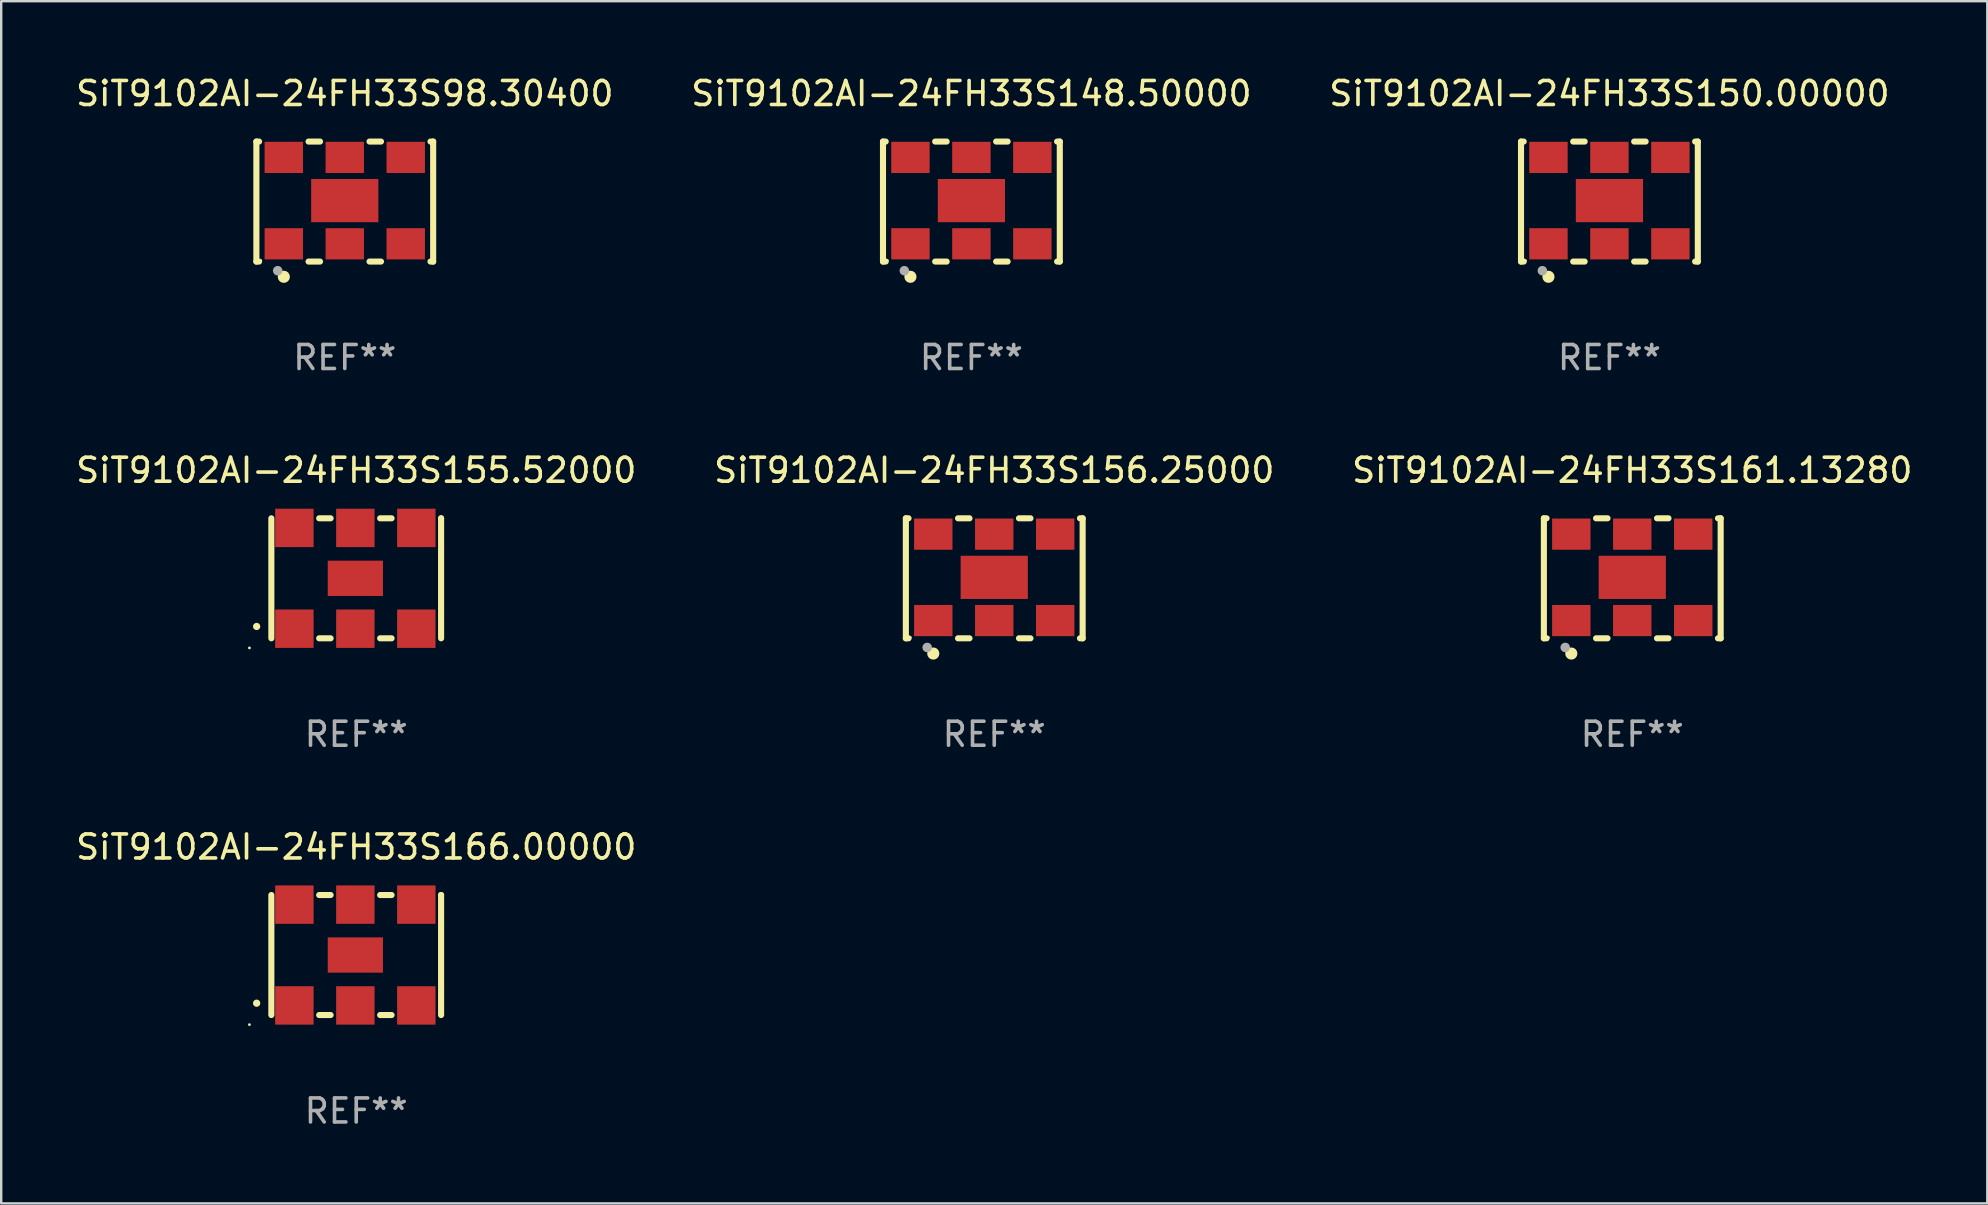
<source format=kicad_pcb>
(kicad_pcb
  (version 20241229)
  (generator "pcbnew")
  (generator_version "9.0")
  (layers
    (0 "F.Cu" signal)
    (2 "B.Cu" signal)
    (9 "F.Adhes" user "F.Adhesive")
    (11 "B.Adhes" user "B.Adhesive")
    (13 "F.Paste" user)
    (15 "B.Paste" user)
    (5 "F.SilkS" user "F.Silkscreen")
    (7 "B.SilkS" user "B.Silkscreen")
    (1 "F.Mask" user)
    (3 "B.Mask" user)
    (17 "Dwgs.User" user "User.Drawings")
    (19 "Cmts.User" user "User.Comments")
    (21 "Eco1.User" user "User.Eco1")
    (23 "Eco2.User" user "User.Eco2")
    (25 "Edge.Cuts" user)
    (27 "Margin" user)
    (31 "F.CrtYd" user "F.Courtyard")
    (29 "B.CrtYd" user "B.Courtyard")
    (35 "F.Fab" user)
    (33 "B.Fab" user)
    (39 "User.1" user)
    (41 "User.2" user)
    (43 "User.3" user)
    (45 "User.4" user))
  (footprint "SiT9102AI-24FH33S148.50000"
    (layer "F.Cu")
    (at 37.423 5.348)
    (property "Reference" "SiT9102AI-24FH33S148.50000" (at 0 -4.5 0) (layer "F.SilkS") (effects (font (size 1 1) (thickness 0.15))))
    (attr through_hole)
    (fp_line (start -3.683 -2.5) (end -3.571 -2.5) (stroke (width 0.254) (type solid)) (layer "F.SilkS"))
    (fp_line (start -3.683 2.5) (end -3.683 -2.5) (stroke (width 0.254) (type solid)) (layer "F.SilkS"))
    (fp_line (start -3.683 2.5) (end -3.571 2.5) (stroke (width 0.254) (type solid)) (layer "F.SilkS"))
    (fp_line (start -1.509 -2.5) (end -1.031 -2.5) (stroke (width 0.254) (type solid)) (layer "F.SilkS"))
    (fp_line (start -1.509 2.5) (end -1.031 2.5) (stroke (width 0.254) (type solid)) (layer "F.SilkS"))
    (fp_line (start 1.031 -2.5) (end 1.509 -2.5) (stroke (width 0.254) (type solid)) (layer "F.SilkS"))
    (fp_line (start 1.031 2.5) (end 1.509 2.5) (stroke (width 0.254) (type solid)) (layer "F.SilkS"))
    (fp_line (start 3.571 -2.5) (end 3.683 -2.5) (stroke (width 0.254) (type solid)) (layer "F.SilkS"))
    (fp_line (start 3.571 2.5) (end 3.683 2.5) (stroke (width 0.254) (type solid)) (layer "F.SilkS"))
    (fp_line (start 3.683 2.5) (end 3.683 -2.5) (stroke (width 0.254) (type solid)) (layer "F.SilkS"))
    (fp_circle (center -3.5 2.46) (end -3.47 2.46) (stroke (width 0.06) (type solid)) (fill no) (layer "F.SilkS"))
    (fp_circle (center -2.54 3.135) (end -2.413 3.135) (stroke (width 0.254) (type solid)) (fill no) (layer "F.SilkS"))
    (fp_circle (center -2.794 2.881) (end -2.694 2.881) (stroke (width 0.2) (type solid)) (fill no) (layer "F.Fab"))
    (fp_text user "REF**" (at 0 6.5 0) (layer "F.Fab") (effects (font (size 1 1) (thickness 0.15))))
    (pad "1" smd rect (at -2.54 1.76) (size 1.6 1.3) (layers "F.Cu" "F.Mask" "F.Paste"))
    (pad "2" smd rect (at 0 1.76) (size 1.6 1.3) (layers "F.Cu" "F.Mask" "F.Paste"))
    (pad "3" smd rect (at 2.54 1.76) (size 1.6 1.3) (layers "F.Cu" "F.Mask" "F.Paste"))
    (pad "4" smd rect (at 2.54 -1.84) (size 1.6 1.3) (layers "F.Cu" "F.Mask" "F.Paste"))
    (pad "5" smd rect (at 0 -1.84) (size 1.6 1.3) (layers "F.Cu" "F.Mask" "F.Paste"))
    (pad "6" smd rect (at -2.54 -1.84) (size 1.6 1.3) (layers "F.Cu" "F.Mask" "F.Paste"))
    (pad "7" smd rect (at 0 -0.04) (size 2.8 1.8) (layers "F.Cu" "F.Mask" "F.Paste")))
  (footprint "SiT9102AI-24FH33S98.30400"
    (layer "F.Cu")
    (at 11.315 5.348)
    (property "Reference" "SiT9102AI-24FH33S98.30400" (at 0 -4.5 0) (layer "F.SilkS") (effects (font (size 1 1) (thickness 0.15))))
    (attr through_hole)
    (fp_line (start -3.683 -2.5) (end -3.571 -2.5) (stroke (width 0.254) (type solid)) (layer "F.SilkS"))
    (fp_line (start -3.683 2.5) (end -3.683 -2.5) (stroke (width 0.254) (type solid)) (layer "F.SilkS"))
    (fp_line (start -3.683 2.5) (end -3.571 2.5) (stroke (width 0.254) (type solid)) (layer "F.SilkS"))
    (fp_line (start -1.509 -2.5) (end -1.031 -2.5) (stroke (width 0.254) (type solid)) (layer "F.SilkS"))
    (fp_line (start -1.509 2.5) (end -1.031 2.5) (stroke (width 0.254) (type solid)) (layer "F.SilkS"))
    (fp_line (start 1.031 -2.5) (end 1.509 -2.5) (stroke (width 0.254) (type solid)) (layer "F.SilkS"))
    (fp_line (start 1.031 2.5) (end 1.509 2.5) (stroke (width 0.254) (type solid)) (layer "F.SilkS"))
    (fp_line (start 3.571 -2.5) (end 3.683 -2.5) (stroke (width 0.254) (type solid)) (layer "F.SilkS"))
    (fp_line (start 3.571 2.5) (end 3.683 2.5) (stroke (width 0.254) (type solid)) (layer "F.SilkS"))
    (fp_line (start 3.683 2.5) (end 3.683 -2.5) (stroke (width 0.254) (type solid)) (layer "F.SilkS"))
    (fp_circle (center -3.5 2.46) (end -3.47 2.46) (stroke (width 0.06) (type solid)) (fill no) (layer "F.SilkS"))
    (fp_circle (center -2.54 3.135) (end -2.413 3.135) (stroke (width 0.254) (type solid)) (fill no) (layer "F.SilkS"))
    (fp_circle (center -2.794 2.881) (end -2.694 2.881) (stroke (width 0.2) (type solid)) (fill no) (layer "F.Fab"))
    (fp_text user "REF**" (at 0 6.5 0) (layer "F.Fab") (effects (font (size 1 1) (thickness 0.15))))
    (pad "1" smd rect (at -2.54 1.76) (size 1.6 1.3) (layers "F.Cu" "F.Mask" "F.Paste"))
    (pad "2" smd rect (at 0 1.76) (size 1.6 1.3) (layers "F.Cu" "F.Mask" "F.Paste"))
    (pad "3" smd rect (at 2.54 1.76) (size 1.6 1.3) (layers "F.Cu" "F.Mask" "F.Paste"))
    (pad "4" smd rect (at 2.54 -1.84) (size 1.6 1.3) (layers "F.Cu" "F.Mask" "F.Paste"))
    (pad "5" smd rect (at 0 -1.84) (size 1.6 1.3) (layers "F.Cu" "F.Mask" "F.Paste"))
    (pad "6" smd rect (at -2.54 -1.84) (size 1.6 1.3) (layers "F.Cu" "F.Mask" "F.Paste"))
    (pad "7" smd rect (at 0 -0.04) (size 2.8 1.8) (layers "F.Cu" "F.Mask" "F.Paste")))
  (footprint "SiT9102AI-24FH33S156.25000"
    (layer "F.Cu")
    (at 38.375 21.045)
    (property "Reference" "SiT9102AI-24FH33S156.25000" (at 0 -4.5 0) (layer "F.SilkS") (effects (font (size 1 1) (thickness 0.15))))
    (attr through_hole)
    (fp_line (start -3.683 -2.5) (end -3.571 -2.5) (stroke (width 0.254) (type solid)) (layer "F.SilkS"))
    (fp_line (start -3.683 2.5) (end -3.683 -2.5) (stroke (width 0.254) (type solid)) (layer "F.SilkS"))
    (fp_line (start -3.683 2.5) (end -3.571 2.5) (stroke (width 0.254) (type solid)) (layer "F.SilkS"))
    (fp_line (start -1.509 -2.5) (end -1.031 -2.5) (stroke (width 0.254) (type solid)) (layer "F.SilkS"))
    (fp_line (start -1.509 2.5) (end -1.031 2.5) (stroke (width 0.254) (type solid)) (layer "F.SilkS"))
    (fp_line (start 1.031 -2.5) (end 1.509 -2.5) (stroke (width 0.254) (type solid)) (layer "F.SilkS"))
    (fp_line (start 1.031 2.5) (end 1.509 2.5) (stroke (width 0.254) (type solid)) (layer "F.SilkS"))
    (fp_line (start 3.571 -2.5) (end 3.683 -2.5) (stroke (width 0.254) (type solid)) (layer "F.SilkS"))
    (fp_line (start 3.571 2.5) (end 3.683 2.5) (stroke (width 0.254) (type solid)) (layer "F.SilkS"))
    (fp_line (start 3.683 2.5) (end 3.683 -2.5) (stroke (width 0.254) (type solid)) (layer "F.SilkS"))
    (fp_circle (center -3.5 2.46) (end -3.47 2.46) (stroke (width 0.06) (type solid)) (fill no) (layer "F.SilkS"))
    (fp_circle (center -2.54 3.135) (end -2.413 3.135) (stroke (width 0.254) (type solid)) (fill no) (layer "F.SilkS"))
    (fp_circle (center -2.794 2.881) (end -2.694 2.881) (stroke (width 0.2) (type solid)) (fill no) (layer "F.Fab"))
    (fp_text user "REF**" (at 0 6.5 0) (layer "F.Fab") (effects (font (size 1 1) (thickness 0.15))))
    (pad "1" smd rect (at -2.54 1.76) (size 1.6 1.3) (layers "F.Cu" "F.Mask" "F.Paste"))
    (pad "2" smd rect (at 0 1.76) (size 1.6 1.3) (layers "F.Cu" "F.Mask" "F.Paste"))
    (pad "3" smd rect (at 2.54 1.76) (size 1.6 1.3) (layers "F.Cu" "F.Mask" "F.Paste"))
    (pad "4" smd rect (at 2.54 -1.84) (size 1.6 1.3) (layers "F.Cu" "F.Mask" "F.Paste"))
    (pad "5" smd rect (at 0 -1.84) (size 1.6 1.3) (layers "F.Cu" "F.Mask" "F.Paste"))
    (pad "6" smd rect (at -2.54 -1.84) (size 1.6 1.3) (layers "F.Cu" "F.Mask" "F.Paste"))
    (pad "7" smd rect (at 0 -0.04) (size 2.8 1.8) (layers "F.Cu" "F.Mask" "F.Paste")))
  (footprint "SiT9102AI-24FH33S155.52000"
    (layer "F.Cu")
    (at 11.792 21.045)
    (property "Reference" "SiT9102AI-24FH33S155.52000" (at 0 -4.5 0) (layer "F.SilkS") (effects (font (size 1 1) (thickness 0.15))))
    (attr through_hole)
    (fp_line (start -3.536 -2.5) (end -3.536 2.5) (stroke (width 0.254) (type solid)) (layer "F.SilkS"))
    (fp_line (start -1.544 2.5) (end -1.067 2.5) (stroke (width 0.254) (type solid)) (layer "F.SilkS"))
    (fp_line (start -1.067 -2.5) (end -1.544 -2.5) (stroke (width 0.254) (type solid)) (layer "F.SilkS"))
    (fp_line (start 0.996 2.5) (end 1.473 2.5) (stroke (width 0.254) (type solid)) (layer "F.SilkS"))
    (fp_line (start 1.473 -2.5) (end 0.996 -2.5) (stroke (width 0.254) (type solid)) (layer "F.SilkS"))
    (fp_line (start 3.536 -2.5) (end 3.536 -2.5) (stroke (width 0.254) (type solid)) (layer "F.SilkS"))
    (fp_line (start 3.536 2.5) (end 3.536 -2.5) (stroke (width 0.254) (type solid)) (layer "F.SilkS"))
    (fp_arc (start -4.150432 2.006604) (mid -4.149162 2.006599) (end -4.147892 2.006604) (stroke (width 0.3) (type solid)) (layer "F.SilkS"))
    (fp_circle (center -4.449 2.9) (end -4.419 2.9) (stroke (width 0.06) (type solid)) (fill no) (layer "F.SilkS"))
    (fp_text user "REF**" (at 0 6.5 0) (layer "F.Fab") (effects (font (size 1 1) (thickness 0.15))))
    (pad "1" smd rect (at -2.576 2.1) (size 1.6 1.6) (layers "F.Cu" "F.Mask" "F.Paste"))
    (pad "2" smd rect (at -0.036 2.1) (size 1.6 1.6) (layers "F.Cu" "F.Mask" "F.Paste"))
    (pad "3" smd rect (at 2.504 2.1) (size 1.6 1.6) (layers "F.Cu" "F.Mask" "F.Paste"))
    (pad "4" smd rect (at 2.504 -2.1) (size 1.6 1.6) (layers "F.Cu" "F.Mask" "F.Paste"))
    (pad "5" smd rect (at -0.036 -2.1) (size 1.6 1.6) (layers "F.Cu" "F.Mask" "F.Paste"))
    (pad "6" smd rect (at -2.576 -2.1) (size 1.6 1.6) (layers "F.Cu" "F.Mask" "F.Paste"))
    (pad "7" smd rect (at -0.036 0) (size 2.3 1.47) (layers "F.Cu" "F.Mask" "F.Paste")))
  (footprint "SiT9102AI-24FH33S166.00000"
    (layer "F.Cu")
    (at 11.792 36.741)
    (property "Reference" "SiT9102AI-24FH33S166.00000" (at 0 -4.5 0) (layer "F.SilkS") (effects (font (size 1 1) (thickness 0.15))))
    (attr through_hole)
    (fp_line (start -3.536 -2.5) (end -3.536 2.5) (stroke (width 0.254) (type solid)) (layer "F.SilkS"))
    (fp_line (start -1.544 2.5) (end -1.067 2.5) (stroke (width 0.254) (type solid)) (layer "F.SilkS"))
    (fp_line (start -1.067 -2.5) (end -1.544 -2.5) (stroke (width 0.254) (type solid)) (layer "F.SilkS"))
    (fp_line (start 0.996 2.5) (end 1.473 2.5) (stroke (width 0.254) (type solid)) (layer "F.SilkS"))
    (fp_line (start 1.473 -2.5) (end 0.996 -2.5) (stroke (width 0.254) (type solid)) (layer "F.SilkS"))
    (fp_line (start 3.536 -2.5) (end 3.536 -2.5) (stroke (width 0.254) (type solid)) (layer "F.SilkS"))
    (fp_line (start 3.536 2.5) (end 3.536 -2.5) (stroke (width 0.254) (type solid)) (layer "F.SilkS"))
    (fp_arc (start -4.150432 2.006604) (mid -4.149162 2.006599) (end -4.147892 2.006604) (stroke (width 0.3) (type solid)) (layer "F.SilkS"))
    (fp_circle (center -4.449 2.9) (end -4.419 2.9) (stroke (width 0.06) (type solid)) (fill no) (layer "F.SilkS"))
    (fp_text user "REF**" (at 0 6.5 0) (layer "F.Fab") (effects (font (size 1 1) (thickness 0.15))))
    (pad "1" smd rect (at -2.576 2.1) (size 1.6 1.6) (layers "F.Cu" "F.Mask" "F.Paste"))
    (pad "2" smd rect (at -0.036 2.1) (size 1.6 1.6) (layers "F.Cu" "F.Mask" "F.Paste"))
    (pad "3" smd rect (at 2.504 2.1) (size 1.6 1.6) (layers "F.Cu" "F.Mask" "F.Paste"))
    (pad "4" smd rect (at 2.504 -2.1) (size 1.6 1.6) (layers "F.Cu" "F.Mask" "F.Paste"))
    (pad "5" smd rect (at -0.036 -2.1) (size 1.6 1.6) (layers "F.Cu" "F.Mask" "F.Paste"))
    (pad "6" smd rect (at -2.576 -2.1) (size 1.6 1.6) (layers "F.Cu" "F.Mask" "F.Paste"))
    (pad "7" smd rect (at -0.036 0) (size 2.3 1.47) (layers "F.Cu" "F.Mask" "F.Paste")))
  (footprint "SiT9102AI-24FH33S150.00000"
    (layer "F.Cu")
    (at 64.006 5.348)
    (property "Reference" "SiT9102AI-24FH33S150.00000" (at 0 -4.5 0) (layer "F.SilkS") (effects (font (size 1 1) (thickness 0.15))))
    (attr through_hole)
    (fp_line (start -3.683 -2.5) (end -3.571 -2.5) (stroke (width 0.254) (type solid)) (layer "F.SilkS"))
    (fp_line (start -3.683 2.5) (end -3.683 -2.5) (stroke (width 0.254) (type solid)) (layer "F.SilkS"))
    (fp_line (start -3.683 2.5) (end -3.571 2.5) (stroke (width 0.254) (type solid)) (layer "F.SilkS"))
    (fp_line (start -1.509 -2.5) (end -1.031 -2.5) (stroke (width 0.254) (type solid)) (layer "F.SilkS"))
    (fp_line (start -1.509 2.5) (end -1.031 2.5) (stroke (width 0.254) (type solid)) (layer "F.SilkS"))
    (fp_line (start 1.031 -2.5) (end 1.509 -2.5) (stroke (width 0.254) (type solid)) (layer "F.SilkS"))
    (fp_line (start 1.031 2.5) (end 1.509 2.5) (stroke (width 0.254) (type solid)) (layer "F.SilkS"))
    (fp_line (start 3.571 -2.5) (end 3.683 -2.5) (stroke (width 0.254) (type solid)) (layer "F.SilkS"))
    (fp_line (start 3.571 2.5) (end 3.683 2.5) (stroke (width 0.254) (type solid)) (layer "F.SilkS"))
    (fp_line (start 3.683 2.5) (end 3.683 -2.5) (stroke (width 0.254) (type solid)) (layer "F.SilkS"))
    (fp_circle (center -3.5 2.46) (end -3.47 2.46) (stroke (width 0.06) (type solid)) (fill no) (layer "F.SilkS"))
    (fp_circle (center -2.54 3.135) (end -2.413 3.135) (stroke (width 0.254) (type solid)) (fill no) (layer "F.SilkS"))
    (fp_circle (center -2.794 2.881) (end -2.694 2.881) (stroke (width 0.2) (type solid)) (fill no) (layer "F.Fab"))
    (fp_text user "REF**" (at 0 6.5 0) (layer "F.Fab") (effects (font (size 1 1) (thickness 0.15))))
    (pad "1" smd rect (at -2.54 1.76) (size 1.6 1.3) (layers "F.Cu" "F.Mask" "F.Paste"))
    (pad "2" smd rect (at 0 1.76) (size 1.6 1.3) (layers "F.Cu" "F.Mask" "F.Paste"))
    (pad "3" smd rect (at 2.54 1.76) (size 1.6 1.3) (layers "F.Cu" "F.Mask" "F.Paste"))
    (pad "4" smd rect (at 2.54 -1.84) (size 1.6 1.3) (layers "F.Cu" "F.Mask" "F.Paste"))
    (pad "5" smd rect (at 0 -1.84) (size 1.6 1.3) (layers "F.Cu" "F.Mask" "F.Paste"))
    (pad "6" smd rect (at -2.54 -1.84) (size 1.6 1.3) (layers "F.Cu" "F.Mask" "F.Paste"))
    (pad "7" smd rect (at 0 -0.04) (size 2.8 1.8) (layers "F.Cu" "F.Mask" "F.Paste")))
  (footprint "SiT9102AI-24FH33S161.13280"
    (layer "F.Cu")
    (at 64.958 21.045)
    (property "Reference" "SiT9102AI-24FH33S161.13280" (at 0 -4.5 0) (layer "F.SilkS") (effects (font (size 1 1) (thickness 0.15))))
    (attr through_hole)
    (fp_line (start -3.683 -2.5) (end -3.571 -2.5) (stroke (width 0.254) (type solid)) (layer "F.SilkS"))
    (fp_line (start -3.683 2.5) (end -3.683 -2.5) (stroke (width 0.254) (type solid)) (layer "F.SilkS"))
    (fp_line (start -3.683 2.5) (end -3.571 2.5) (stroke (width 0.254) (type solid)) (layer "F.SilkS"))
    (fp_line (start -1.509 -2.5) (end -1.031 -2.5) (stroke (width 0.254) (type solid)) (layer "F.SilkS"))
    (fp_line (start -1.509 2.5) (end -1.031 2.5) (stroke (width 0.254) (type solid)) (layer "F.SilkS"))
    (fp_line (start 1.031 -2.5) (end 1.509 -2.5) (stroke (width 0.254) (type solid)) (layer "F.SilkS"))
    (fp_line (start 1.031 2.5) (end 1.509 2.5) (stroke (width 0.254) (type solid)) (layer "F.SilkS"))
    (fp_line (start 3.571 -2.5) (end 3.683 -2.5) (stroke (width 0.254) (type solid)) (layer "F.SilkS"))
    (fp_line (start 3.571 2.5) (end 3.683 2.5) (stroke (width 0.254) (type solid)) (layer "F.SilkS"))
    (fp_line (start 3.683 2.5) (end 3.683 -2.5) (stroke (width 0.254) (type solid)) (layer "F.SilkS"))
    (fp_circle (center -3.5 2.46) (end -3.47 2.46) (stroke (width 0.06) (type solid)) (fill no) (layer "F.SilkS"))
    (fp_circle (center -2.54 3.135) (end -2.413 3.135) (stroke (width 0.254) (type solid)) (fill no) (layer "F.SilkS"))
    (fp_circle (center -2.794 2.881) (end -2.694 2.881) (stroke (width 0.2) (type solid)) (fill no) (layer "F.Fab"))
    (fp_text user "REF**" (at 0 6.5 0) (layer "F.Fab") (effects (font (size 1 1) (thickness 0.15))))
    (pad "1" smd rect (at -2.54 1.76) (size 1.6 1.3) (layers "F.Cu" "F.Mask" "F.Paste"))
    (pad "2" smd rect (at 0 1.76) (size 1.6 1.3) (layers "F.Cu" "F.Mask" "F.Paste"))
    (pad "3" smd rect (at 2.54 1.76) (size 1.6 1.3) (layers "F.Cu" "F.Mask" "F.Paste"))
    (pad "4" smd rect (at 2.54 -1.84) (size 1.6 1.3) (layers "F.Cu" "F.Mask" "F.Paste"))
    (pad "5" smd rect (at 0 -1.84) (size 1.6 1.3) (layers "F.Cu" "F.Mask" "F.Paste"))
    (pad "6" smd rect (at -2.54 -1.84) (size 1.6 1.3) (layers "F.Cu" "F.Mask" "F.Paste"))
    (pad "7" smd rect (at 0 -0.04) (size 2.8 1.8) (layers "F.Cu" "F.Mask" "F.Paste")))
  (gr_rect
    (start -3 -3)
    (end 79.75 47.09)
    (stroke (width 0.1) (type default))
    (fill no)
    (layer "Edge.Cuts")))
</source>
